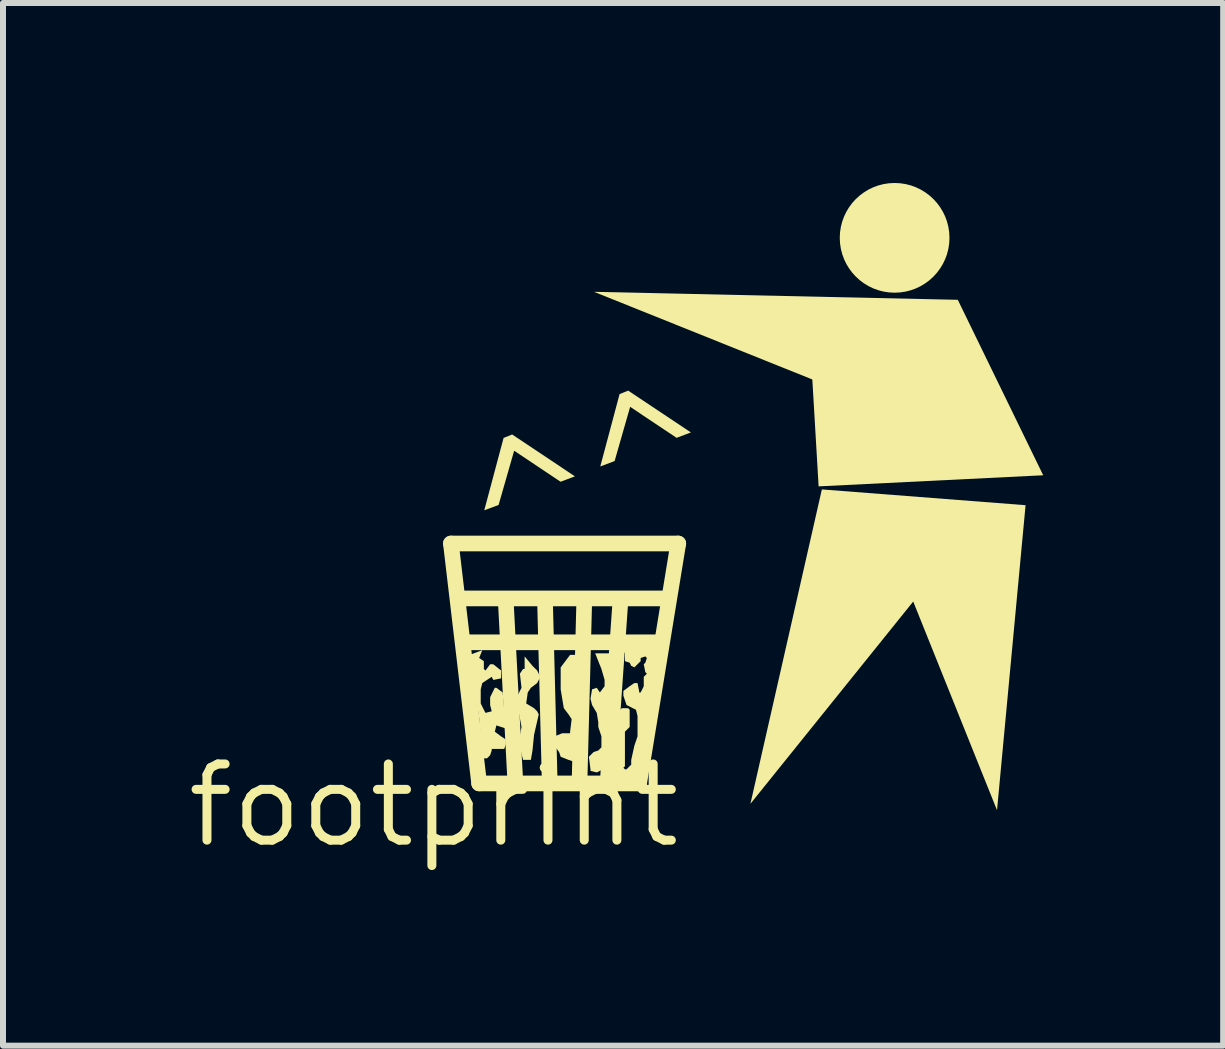
<source format=kicad_pcb>
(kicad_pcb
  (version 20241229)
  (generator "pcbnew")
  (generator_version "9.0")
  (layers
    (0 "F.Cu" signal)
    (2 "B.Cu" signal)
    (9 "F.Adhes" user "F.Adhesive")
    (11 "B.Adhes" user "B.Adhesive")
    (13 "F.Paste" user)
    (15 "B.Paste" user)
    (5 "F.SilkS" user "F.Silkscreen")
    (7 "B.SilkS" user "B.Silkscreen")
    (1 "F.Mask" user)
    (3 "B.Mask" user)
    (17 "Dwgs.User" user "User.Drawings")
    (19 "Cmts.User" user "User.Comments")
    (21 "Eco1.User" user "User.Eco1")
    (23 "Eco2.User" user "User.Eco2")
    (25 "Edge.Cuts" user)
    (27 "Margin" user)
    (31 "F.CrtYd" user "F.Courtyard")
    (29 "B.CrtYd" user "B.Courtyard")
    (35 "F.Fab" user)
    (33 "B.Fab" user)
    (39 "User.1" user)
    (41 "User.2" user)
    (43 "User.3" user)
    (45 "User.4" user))
  (footprint "footprint"
    (layer "F.Cu")
    (at 4.18 10.376)
    (property "Reference" "footprint" (at 0 0 0) (layer "F.SilkS") (effects (font (size 1.27 1.27) (thickness 0.15))))
    (fp_line (start 0.287 -4.365) (end 4.077 -4.365) (stroke (width 0.261) (type solid)) (layer "F.SilkS"))
    (fp_line (start 0.497 -3.45) (end 3.816 -3.45) (stroke (width 0.261) (type solid)) (layer "F.SilkS"))
    (fp_line (start 0.575 -2.718) (end 3.711 -2.718) (stroke (width 0.261) (type solid)) (layer "F.SilkS"))
    (fp_line (start 0.758 -0.366) (end 0.287 -4.365) (stroke (width 0.261) (type solid)) (layer "F.SilkS"))
    (fp_line (start 1.359 -0.418) (end 1.202 -3.398) (stroke (width 0.261) (type solid)) (layer "F.SilkS"))
    (fp_line (start 1.934 -0.392) (end 1.856 -3.398) (stroke (width 0.261) (type solid)) (layer "F.SilkS"))
    (fp_line (start 2.431 -0.392) (end 2.509 -3.372) (stroke (width 0.261) (type solid)) (layer "F.SilkS"))
    (fp_line (start 2.901 -0.392) (end 3.11 -3.372) (stroke (width 0.261) (type solid)) (layer "F.SilkS"))
    (fp_line (start 3.424 -0.366) (end 0.758 -0.366) (stroke (width 0.261) (type solid)) (layer "F.SilkS"))
    (fp_line (start 4.077 -4.365) (end 3.424 -0.366) (stroke (width 0.261) (type solid)) (layer "F.SilkS"))
    (fp_circle (center 7.684 -9.461) (end 8.141 -9.461) (stroke (width 0.915) (type solid)) (fill yes) (layer "F.SilkS"))
    (fp_poly (pts (xy 8.737 -8.428) (xy 10.161 -5.503) (xy 6.417 -5.318) (xy 6.312 -7.1) (xy 2.673 -8.561)) (stroke (width 0) (type solid)) (fill yes) (layer "F.SilkS"))
    (fp_poly (pts (xy 9.867 -5.004) (xy 9.391 0.081) (xy 7.994 -3.398) (xy 5.28 -0.026) (xy 6.471 -5.267)) (stroke (width 0) (type solid)) (fill yes) (layer "F.SilkS"))
    (fp_poly (pts (xy 2.354 -5.485) (xy 2.115 -5.395) (xy 1.341 -5.912) (xy 1.082 -5.008) (xy 0.843 -4.919) (xy 1.165 -6.125) (xy 1.308 -6.183)) (stroke (width 0) (type solid)) (fill yes) (layer "F.SilkS"))
    (fp_poly (pts (xy 4.288 -6.217) (xy 4.049 -6.127) (xy 3.275 -6.644) (xy 3.016 -5.74) (xy 2.777 -5.65) (xy 3.099 -6.857) (xy 3.242 -6.914)) (stroke (width 0) (type solid)) (fill yes) (layer "F.SilkS"))
    (fp_poly (pts (xy 2.352 -1.699) (xy 2.378 -1.071) (xy 2.326 -0.732) (xy 2.248 -0.758) (xy 2.117 -0.81) (xy 2.091 -0.889) (xy 2.012 -0.993) (xy 2.012 -1.15) (xy 2.143 -1.202) (xy 2.274 -1.202) (xy 2.274 -1.228) (xy 2.3 -1.437) (xy 2.248 -1.516) (xy 2.169 -1.62) (xy 2.117 -1.934) (xy 2.117 -2.3) (xy 2.195 -2.404) (xy 2.274 -2.509) (xy 2.378 -2.509)) (stroke (width 0) (type solid)) (fill yes) (layer "F.SilkS"))
    (fp_poly (pts (xy 2.823 -0.601) (xy 2.718 -0.549) (xy 2.614 -0.575) (xy 2.614 -0.601) (xy 2.587 -0.81) (xy 2.666 -0.889) (xy 2.744 -0.915) (xy 2.796 -0.967) (xy 2.796 -1.15) (xy 2.744 -1.307) (xy 2.744 -1.385) (xy 2.718 -1.542) (xy 2.64 -1.673) (xy 2.614 -1.777) (xy 2.64 -1.934) (xy 2.718 -1.96) (xy 2.77 -1.882) (xy 2.849 -1.986) (xy 2.849 -2.091) (xy 2.796 -2.274) (xy 2.692 -2.535) (xy 2.953 -2.535)) (stroke (width 0) (type solid)) (fill yes) (layer "F.SilkS"))
    (fp_poly (pts (xy 1.647 -2.326) (xy 1.725 -2.248) (xy 1.777 -2.143) (xy 1.725 -2.039) (xy 1.62 -1.96) (xy 1.568 -1.882) (xy 1.542 -1.699) (xy 1.673 -1.62) (xy 1.725 -1.568) (xy 1.751 -1.516) (xy 1.673 -1.176) (xy 1.647 -0.915) (xy 1.62 -0.758) (xy 1.49 -0.758) (xy 1.437 -0.967) (xy 1.411 -1.019) (xy 1.464 -1.307) (xy 1.411 -1.594) (xy 1.359 -1.751) (xy 1.464 -1.96) (xy 1.437 -2.195) (xy 1.49 -2.274) (xy 1.516 -2.274) (xy 1.516 -2.483)) (stroke (width 0) (type solid)) (fill yes) (layer "F.SilkS"))
    (fp_poly (pts (xy 0.758 -2.457) (xy 0.836 -2.404) (xy 0.836 -2.274) (xy 0.863 -2.248) (xy 0.941 -2.352) (xy 0.993 -2.352) (xy 1.124 -2.248) (xy 1.124 -2.117) (xy 0.993 -2.091) (xy 0.967 -2.143) (xy 0.81 -2.039) (xy 0.784 -1.934) (xy 0.784 -1.699) (xy 0.836 -1.594) (xy 0.863 -1.542) (xy 0.967 -1.568) (xy 0.941 -1.673) (xy 0.941 -1.803) (xy 1.019 -1.96) (xy 1.045 -1.96) (xy 1.15 -1.882) (xy 1.202 -1.281) (xy 1.045 -1.333) (xy 1.019 -1.228) (xy 1.124 -1.15) (xy 1.202 -1.098) (xy 1.202 -1.019) (xy 1.176 -0.941) (xy 0.967 -0.941) (xy 0.967 -0.915) (xy 0.941 -0.836) (xy 0.889 -0.784) (xy 0.81 -0.784) (xy 0.758 -1.464) (xy 0.601 -2.431) (xy 0.601 -2.509) (xy 0.81 -2.587)) (stroke (width 0) (type solid)) (fill yes) (layer "F.SilkS"))
    (fp_poly (pts (xy 3.711 -2.587) (xy 3.345 -0.47) (xy 3.032 -0.47) (xy 3.006 -0.497) (xy 3.006 -1.411) (xy 3.084 -1.49) (xy 3.084 -1.568) (xy 3.136 -1.62) (xy 3.241 -1.62) (xy 3.267 -1.594) (xy 3.267 -1.307) (xy 3.188 -1.228) (xy 3.188 -0.653) (xy 3.162 -0.627) (xy 3.188 -0.601) (xy 3.215 -0.601) (xy 3.293 -0.679) (xy 3.293 -0.758) (xy 3.345 -0.993) (xy 3.398 -1.15) (xy 3.398 -1.49) (xy 3.372 -1.594) (xy 3.319 -1.62) (xy 3.215 -1.673) (xy 3.162 -1.829) (xy 3.162 -1.908) (xy 3.267 -1.986) (xy 3.345 -2.039) (xy 3.398 -2.039) (xy 3.424 -1.908) (xy 3.424 -1.882) (xy 3.45 -1.882) (xy 3.502 -1.986) (xy 3.502 -2.143) (xy 3.554 -2.195) (xy 3.528 -2.221) (xy 3.502 -2.352) (xy 3.528 -2.378) (xy 3.554 -2.457) (xy 3.528 -2.483) (xy 3.45 -2.457) (xy 3.45 -2.404) (xy 3.345 -2.3) (xy 3.293 -2.326) (xy 3.267 -2.378) (xy 3.188 -2.404) (xy 3.188 -2.535) (xy 3.136 -2.614)) (stroke (width 0) (type solid)) (fill yes) (layer "F.SilkS")))
  (gr_rect
    (start -3 -3)
    (end 17.341 14.382)
    (stroke (width 0.1) (type default))
    (fill no)
    (layer "Edge.Cuts")))
</source>
